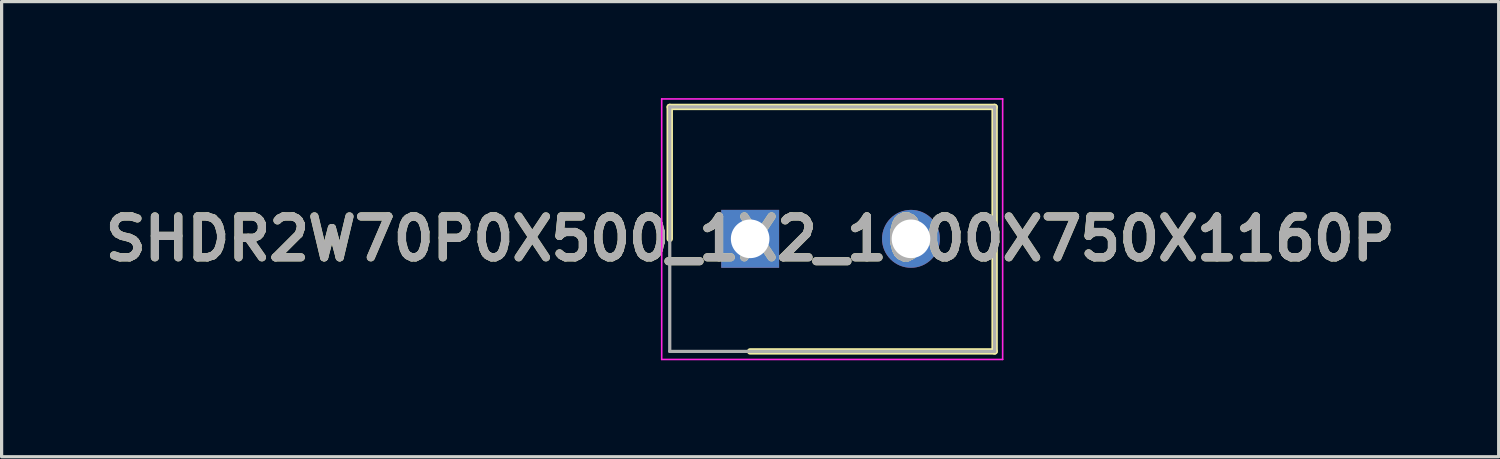
<source format=kicad_pcb>
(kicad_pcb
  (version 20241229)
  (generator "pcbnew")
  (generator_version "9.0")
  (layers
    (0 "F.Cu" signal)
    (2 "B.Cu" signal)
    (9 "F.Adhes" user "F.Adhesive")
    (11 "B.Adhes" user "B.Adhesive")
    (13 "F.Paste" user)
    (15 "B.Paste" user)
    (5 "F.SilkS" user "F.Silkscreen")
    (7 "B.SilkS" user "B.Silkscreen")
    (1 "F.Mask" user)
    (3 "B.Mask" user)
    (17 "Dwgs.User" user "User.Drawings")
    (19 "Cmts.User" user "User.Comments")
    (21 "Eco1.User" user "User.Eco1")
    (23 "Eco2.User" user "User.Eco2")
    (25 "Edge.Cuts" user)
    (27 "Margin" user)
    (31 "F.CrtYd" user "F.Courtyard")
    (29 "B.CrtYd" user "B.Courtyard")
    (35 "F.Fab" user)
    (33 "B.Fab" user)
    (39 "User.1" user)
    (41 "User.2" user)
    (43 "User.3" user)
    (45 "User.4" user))
  (footprint "SHDR2W70P0X500_1X2_1000X750X1160P"
    (layer "F.Cu")
    (at 20.272 4.375)
    (property "Reference" "SHDR2W70P0X500_1X2_1000X750X1160P" (at 0 0 0) (layer "F.SilkS") (effects (font (size 1.27 1.27) (thickness 0.254))))
    (attr through_hole)
    (fp_line (start -2.5 -4.1) (end -2.5 0) (stroke (width 0.2) (type solid)) (layer "F.SilkS"))
    (fp_line (start 0 3.5) (end 7.6 3.5) (stroke (width 0.2) (type solid)) (layer "F.SilkS"))
    (fp_line (start 7.6 -4.1) (end -2.5 -4.1) (stroke (width 0.2) (type solid)) (layer "F.SilkS"))
    (fp_line (start 7.6 3.5) (end 7.6 -4.1) (stroke (width 0.2) (type solid)) (layer "F.SilkS"))
    (fp_line (start -2.75 -4.35) (end 7.85 -4.35) (stroke (width 0.05) (type solid)) (layer "F.CrtYd"))
    (fp_line (start -2.75 3.75) (end -2.75 -4.35) (stroke (width 0.05) (type solid)) (layer "F.CrtYd"))
    (fp_line (start 7.85 -4.35) (end 7.85 3.75) (stroke (width 0.05) (type solid)) (layer "F.CrtYd"))
    (fp_line (start 7.85 3.75) (end -2.75 3.75) (stroke (width 0.05) (type solid)) (layer "F.CrtYd"))
    (fp_line (start -2.5 -4.1) (end 7.6 -4.1) (stroke (width 0.1) (type solid)) (layer "F.Fab"))
    (fp_line (start -2.5 3.5) (end -2.5 -4.1) (stroke (width 0.1) (type solid)) (layer "F.Fab"))
    (fp_line (start 7.6 -4.1) (end 7.6 3.5) (stroke (width 0.1) (type solid)) (layer "F.Fab"))
    (fp_line (start 7.6 3.5) (end -2.5 3.5) (stroke (width 0.1) (type solid)) (layer "F.Fab"))
    (fp_text user "${REFERENCE}" (at 0 0 0) (layer "F.Fab") (effects (font (size 1.27 1.27) (thickness 0.254))))
    (pad "1" thru_hole rect (at 0 0) (size 1.8 1.8) (drill 1.2) (layers "*.Cu" "*.Mask"))
    (pad "2" thru_hole circle (at 5 0) (size 1.8 1.8) (drill 1.2) (layers "*.Cu" "*.Mask")))
  (gr_rect
    (start -3 -3)
    (end 43.543 11.15)
    (stroke (width 0.1) (type default))
    (fill no)
    (layer "Edge.Cuts")))
</source>
